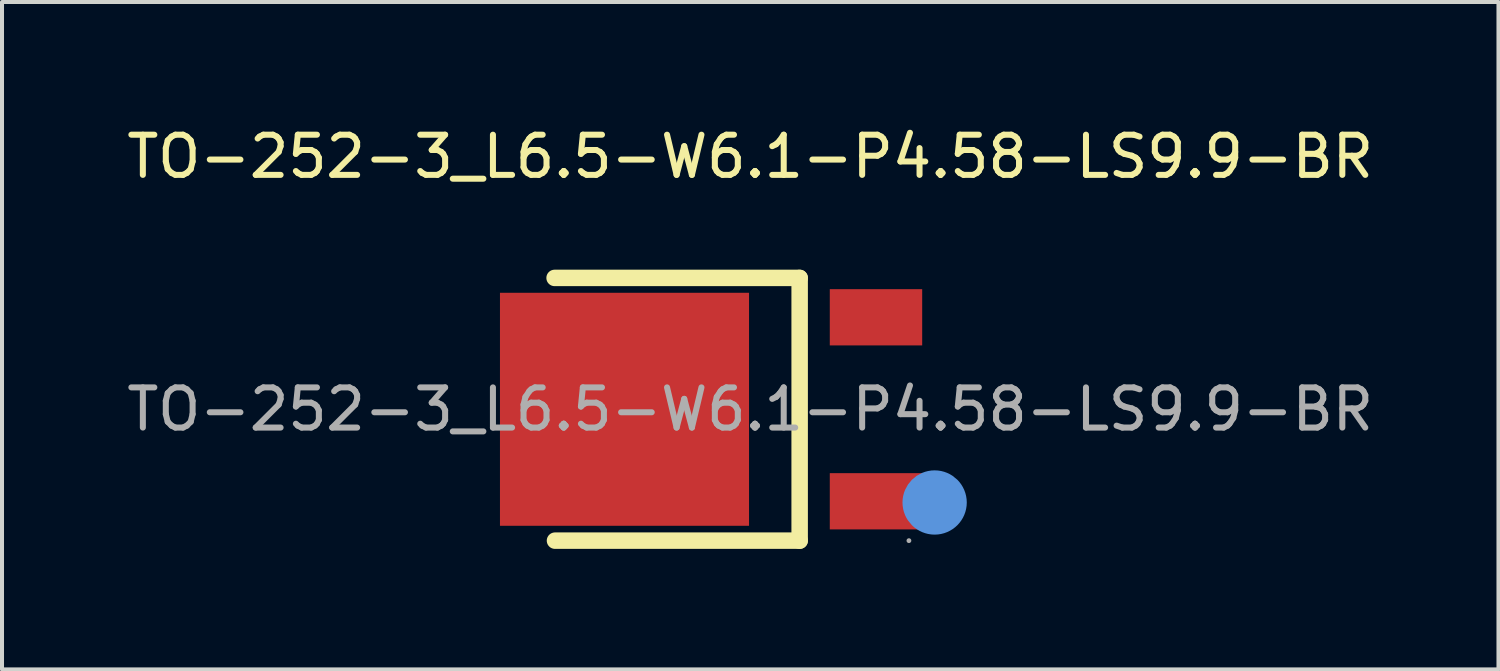
<source format=kicad_pcb>
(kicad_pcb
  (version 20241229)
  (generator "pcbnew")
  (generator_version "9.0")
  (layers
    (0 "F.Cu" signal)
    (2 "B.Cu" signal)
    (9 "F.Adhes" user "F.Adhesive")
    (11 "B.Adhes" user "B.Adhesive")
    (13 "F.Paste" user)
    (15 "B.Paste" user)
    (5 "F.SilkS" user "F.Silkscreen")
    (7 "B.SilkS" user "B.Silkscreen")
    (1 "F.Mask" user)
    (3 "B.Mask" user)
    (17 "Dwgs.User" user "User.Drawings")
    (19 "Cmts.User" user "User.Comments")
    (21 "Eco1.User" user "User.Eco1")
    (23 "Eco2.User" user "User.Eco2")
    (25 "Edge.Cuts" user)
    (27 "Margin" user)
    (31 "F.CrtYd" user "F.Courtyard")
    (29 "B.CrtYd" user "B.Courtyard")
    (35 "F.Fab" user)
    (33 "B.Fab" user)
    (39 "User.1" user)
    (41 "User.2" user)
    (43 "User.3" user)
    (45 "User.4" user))
  (footprint "TO-252-3_L6.5-W6.1-P4.58-LS9.9-BR"
    (layer "F.Cu")
    (at 15.625 7.138)
    (property "Reference" "TO-252-3_L6.5-W6.1-P4.58-LS9.9-BR" (at 0 -6.29 0) (layer "F.SilkS") (effects (font (size 1 1) (thickness 0.15))))
    (attr smd)
    (fp_line (start -4.87 -3.27) (end 1.23 -3.27) (stroke (width 0.41) (type solid)) (layer "F.SilkS"))
    (fp_line (start 1.23 -3.27) (end 1.23 3.27) (stroke (width 0.41) (type solid)) (layer "F.SilkS"))
    (fp_line (start 1.23 3.27) (end -4.86 3.27) (stroke (width 0.41) (type solid)) (layer "F.SilkS"))
    (fp_circle (center 4.59 2.32) (end 4.99 2.32) (stroke (width 0.8) (type solid)) (fill no) (layer "Cmts.User"))
    (fp_circle (center 3.95 3.27) (end 3.98 3.27) (stroke (width 0.06) (type solid)) (fill no) (layer "F.Fab"))
    (fp_text user "${REFERENCE}" (at 0 0 0) (layer "F.Fab") (effects (font (size 1 1) (thickness 0.15))))
    (pad "1" smd rect (at 3.13 2.29) (size 2.3 1.4) (layers "F.Cu" "F.Mask" "F.Paste"))
    (pad "2" smd rect (at -3.13 0) (size 6.2 5.8) (layers "F.Cu" "F.Mask" "F.Paste"))
    (pad "3" smd rect (at 3.13 -2.29) (size 2.3 1.4) (layers "F.Cu" "F.Mask" "F.Paste")))
  (gr_rect
    (start -3 -3)
    (end 34.25 13.613)
    (stroke (width 0.1) (type default))
    (fill no)
    (layer "Edge.Cuts")))
</source>
